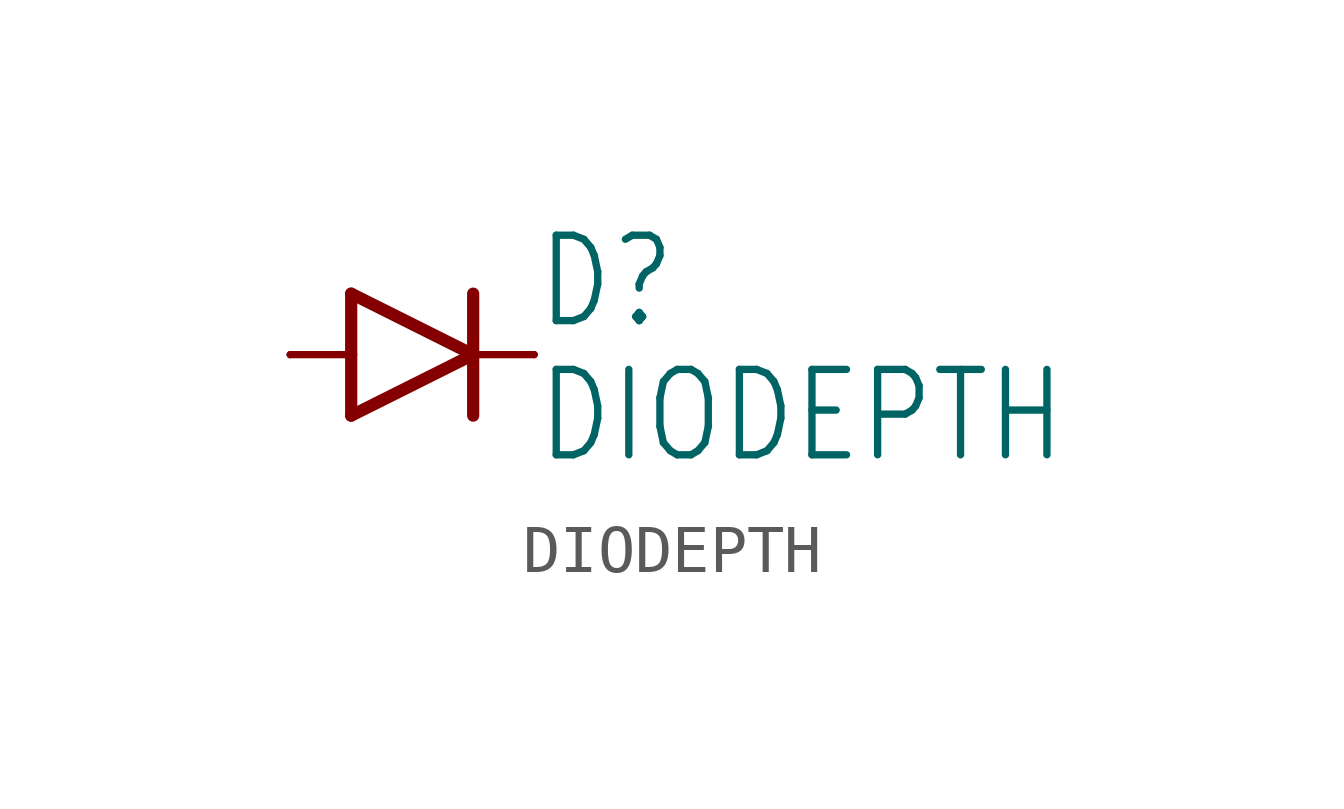
<source format=kicad_sym>
(kicad_symbol_lib
  (version 20220914)
  (generator kicad_symbol_editor)
  (symbol "DIODEPTH"
    (property "Reference" "D"
      (at 2.54 0.483 0)
      (effects (font (size 1.778 1.511)) (justify left bottom)))
    (property "Value" "DIODEPTH"
      (at 2.54 -2.311 0)
      (effects (font (size 1.778 1.511)) (justify left bottom)))
    (property "ki_locked" ""
      (at 0 0 0)
      (effects (font (size 1.27 1.27))))
    (symbol "DIODEPTH_1_0"
      (polyline (pts (xy -2.54 0) (xy -1.27 0)) (stroke (width 0.152) (type default)) (fill (type none)))
      (polyline (pts (xy -1.27 -1.27) (xy 1.27 0)) (stroke (width 0.254) (type default)) (fill (type none)))
      (polyline (pts (xy -1.27 0) (xy -1.27 -1.27)) (stroke (width 0.254) (type default)) (fill (type none)))
      (polyline (pts (xy -1.27 1.27) (xy -1.27 0)) (stroke (width 0.254) (type default)) (fill (type none)))
      (polyline (pts (xy 1.27 0) (xy -1.27 1.27)) (stroke (width 0.254) (type default)) (fill (type none)))
      (polyline (pts (xy 1.27 0) (xy 1.27 -1.27)) (stroke (width 0.254) (type default)) (fill (type none)))
      (polyline (pts (xy 1.27 1.27) (xy 1.27 0)) (stroke (width 0.254) (type default)) (fill (type none)))
      (polyline (pts (xy 2.54 0) (xy 1.27 0)) (stroke (width 0.152) (type default)) (fill (type none)))
      (pin passive line (at -2.54 0 0) (length 0) (name "A" (effects (font (size 0 0)))) (number "A" (effects (font (size 0 0)))))
      (pin passive line (at 2.54 0 180) (length 0) (name "C" (effects (font (size 0 0)))) (number "C" (effects (font (size 0 0))))))))
</source>
